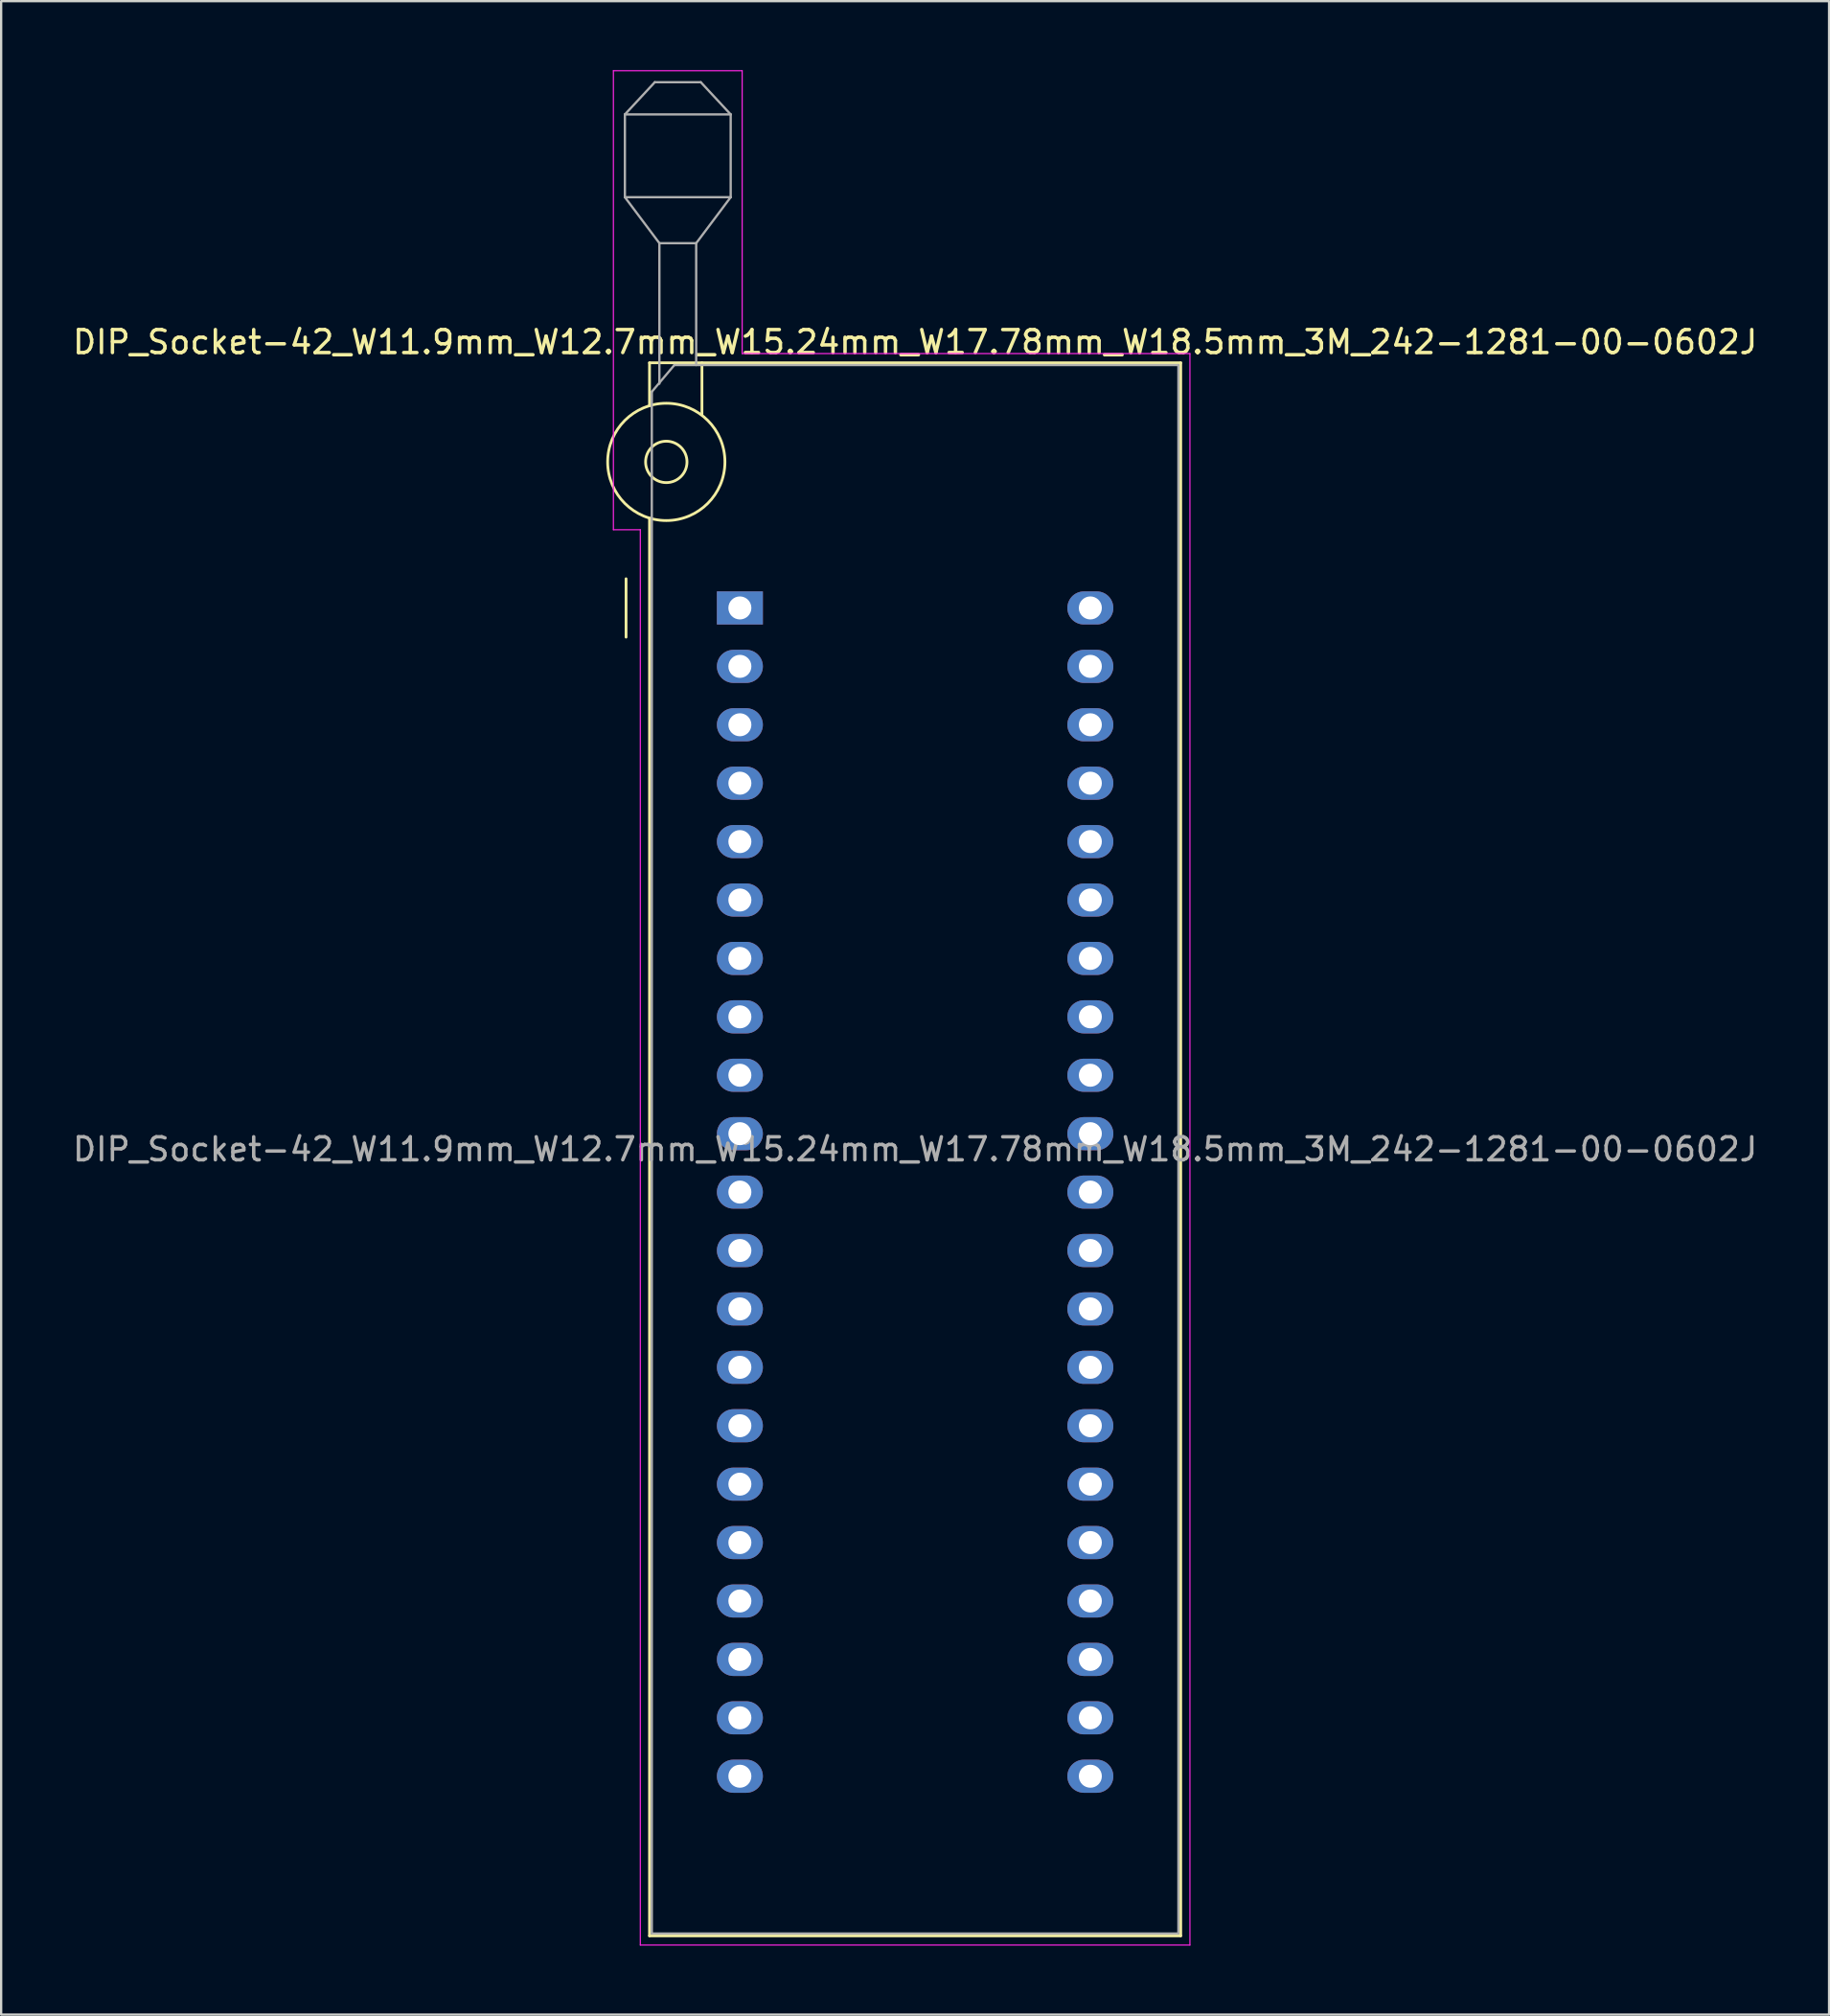
<source format=kicad_pcb>
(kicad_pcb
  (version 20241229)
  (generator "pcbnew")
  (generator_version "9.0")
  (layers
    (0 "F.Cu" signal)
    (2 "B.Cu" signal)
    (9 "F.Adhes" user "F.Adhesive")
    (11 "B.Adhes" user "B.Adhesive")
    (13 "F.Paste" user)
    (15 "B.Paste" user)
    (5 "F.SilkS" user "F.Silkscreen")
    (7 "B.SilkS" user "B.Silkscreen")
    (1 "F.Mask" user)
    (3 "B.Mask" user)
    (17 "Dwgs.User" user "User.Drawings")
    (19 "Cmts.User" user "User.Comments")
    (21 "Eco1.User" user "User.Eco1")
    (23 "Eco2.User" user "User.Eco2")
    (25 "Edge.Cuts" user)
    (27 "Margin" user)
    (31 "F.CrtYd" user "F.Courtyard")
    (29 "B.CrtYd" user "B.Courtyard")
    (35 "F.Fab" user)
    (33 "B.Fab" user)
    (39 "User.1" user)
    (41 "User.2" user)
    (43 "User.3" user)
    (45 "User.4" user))
  (footprint "DIP_Socket-42_W11.9mm_W12.7mm_W15.24mm_W17.78mm_W18.5mm_3M_242-1281-00-0602J"
    (layer "F.Cu")
    (at 29.124 23.385)
    (property "Reference" "DIP_Socket-42_W11.9mm_W12.7mm_W15.24mm_W17.78mm_W18.5mm_3M_242-1281-00-0602J" (at 7.62 -11.56 0) (layer "F.SilkS") (effects (font (size 1 1) (thickness 0.15))))
    (attr through_hole)
    (fp_line (start -4.95 1.27) (end -4.95 -1.27) (stroke (width 0.12) (type solid)) (layer "F.SilkS"))
    (fp_line (start -3.93 -10.66) (end -3.93 -8.8) (stroke (width 0.12) (type solid)) (layer "F.SilkS"))
    (fp_line (start -3.93 -3.9) (end -3.93 57.74) (stroke (width 0.12) (type solid)) (layer "F.SilkS"))
    (fp_line (start -3.93 57.74) (end 19.17 57.74) (stroke (width 0.12) (type solid)) (layer "F.SilkS"))
    (fp_line (start -1.65 -10.66) (end -1.65 -8.4) (stroke (width 0.12) (type solid)) (layer "F.SilkS"))
    (fp_line (start 19.17 -10.66) (end -3.93 -10.66) (stroke (width 0.12) (type solid)) (layer "F.SilkS"))
    (fp_line (start 19.17 57.74) (end 19.17 -10.66) (stroke (width 0.12) (type solid)) (layer "F.SilkS"))
    (fp_circle (center -3.2 -6.35) (end -2.3 -6.35) (stroke (width 0.12) (type solid)) (fill no) (layer "F.SilkS"))
    (fp_circle (center -3.2 -6.35) (end -0.65 -6.35) (stroke (width 0.12) (type solid)) (fill no) (layer "F.SilkS"))
    (fp_line (start -5.5 -23.36) (end 0.1 -23.36) (stroke (width 0.05) (type solid)) (layer "F.CrtYd"))
    (fp_line (start -5.5 -3.4) (end -5.5 -23.36) (stroke (width 0.05) (type solid)) (layer "F.CrtYd"))
    (fp_line (start -4.33 -3.4) (end -5.5 -3.4) (stroke (width 0.05) (type solid)) (layer "F.CrtYd"))
    (fp_line (start -4.33 58.14) (end -4.33 -3.4) (stroke (width 0.05) (type solid)) (layer "F.CrtYd"))
    (fp_line (start 0.1 -23.36) (end 0.1 -11.06) (stroke (width 0.05) (type solid)) (layer "F.CrtYd"))
    (fp_line (start 0.1 -11.06) (end 19.57 -11.06) (stroke (width 0.05) (type solid)) (layer "F.CrtYd"))
    (fp_line (start 19.57 -11.06) (end 19.57 58.14) (stroke (width 0.05) (type solid)) (layer "F.CrtYd"))
    (fp_line (start 19.57 58.14) (end -4.33 58.14) (stroke (width 0.05) (type solid)) (layer "F.CrtYd"))
    (fp_line (start -5 -21.46) (end -5 -17.86) (stroke (width 0.1) (type solid)) (layer "F.Fab"))
    (fp_line (start -5 -21.46) (end -3.7 -22.86) (stroke (width 0.1) (type solid)) (layer "F.Fab"))
    (fp_line (start -5 -17.86) (end -3.5 -15.86) (stroke (width 0.1) (type solid)) (layer "F.Fab"))
    (fp_line (start -5 -17.86) (end -0.4 -17.86) (stroke (width 0.1) (type solid)) (layer "F.Fab"))
    (fp_line (start -3.83 -9.4) (end -2.85 -10.56) (stroke (width 0.1) (type solid)) (layer "F.Fab"))
    (fp_line (start -3.83 57.64) (end -3.83 -9.4) (stroke (width 0.1) (type solid)) (layer "F.Fab"))
    (fp_line (start -3.7 -22.86) (end -1.7 -22.86) (stroke (width 0.1) (type solid)) (layer "F.Fab"))
    (fp_line (start -3.5 -15.86) (end -1.9 -15.86) (stroke (width 0.1) (type solid)) (layer "F.Fab"))
    (fp_line (start -3.5 -9.75) (end -3.5 -15.86) (stroke (width 0.1) (type solid)) (layer "F.Fab"))
    (fp_line (start -2.85 -10.56) (end 19.07 -10.56) (stroke (width 0.1) (type solid)) (layer "F.Fab"))
    (fp_line (start -1.9 -15.86) (end -1.9 -10.56) (stroke (width 0.1) (type solid)) (layer "F.Fab"))
    (fp_line (start -1.7 -22.86) (end -0.4 -21.46) (stroke (width 0.1) (type solid)) (layer "F.Fab"))
    (fp_line (start -0.4 -21.46) (end -5 -21.46) (stroke (width 0.1) (type solid)) (layer "F.Fab"))
    (fp_line (start -0.4 -17.86) (end -1.9 -15.86) (stroke (width 0.1) (type solid)) (layer "F.Fab"))
    (fp_line (start -0.4 -17.86) (end -0.4 -21.46) (stroke (width 0.1) (type solid)) (layer "F.Fab"))
    (fp_line (start 19.07 -10.56) (end 19.07 57.64) (stroke (width 0.1) (type solid)) (layer "F.Fab"))
    (fp_line (start 19.07 57.64) (end -3.83 57.64) (stroke (width 0.1) (type solid)) (layer "F.Fab"))
    (fp_text user "${REFERENCE}" (at 7.62 23.54 0) (layer "F.Fab") (effects (font (size 1 1) (thickness 0.15))))
    (pad "1" thru_hole rect (at 0 0) (size 2 1.44) (drill 1) (layers "*.Cu" "*.Mask"))
    (pad "2" thru_hole oval (at 0 2.54) (size 2 1.44) (drill 1) (layers "*.Cu" "*.Mask"))
    (pad "3" thru_hole oval (at 0 5.08) (size 2 1.44) (drill 1) (layers "*.Cu" "*.Mask"))
    (pad "4" thru_hole oval (at 0 7.62) (size 2 1.44) (drill 1) (layers "*.Cu" "*.Mask"))
    (pad "5" thru_hole oval (at 0 10.16) (size 2 1.44) (drill 1) (layers "*.Cu" "*.Mask"))
    (pad "6" thru_hole oval (at 0 12.7) (size 2 1.44) (drill 1) (layers "*.Cu" "*.Mask"))
    (pad "7" thru_hole oval (at 0 15.24) (size 2 1.44) (drill 1) (layers "*.Cu" "*.Mask"))
    (pad "8" thru_hole oval (at 0 17.78) (size 2 1.44) (drill 1) (layers "*.Cu" "*.Mask"))
    (pad "9" thru_hole oval (at 0 20.32) (size 2 1.44) (drill 1) (layers "*.Cu" "*.Mask"))
    (pad "10" thru_hole oval (at 0 22.86) (size 2 1.44) (drill 1) (layers "*.Cu" "*.Mask"))
    (pad "11" thru_hole oval (at 0 25.4) (size 2 1.44) (drill 1) (layers "*.Cu" "*.Mask"))
    (pad "12" thru_hole oval (at 0 27.94) (size 2 1.44) (drill 1) (layers "*.Cu" "*.Mask"))
    (pad "13" thru_hole oval (at 0 30.48) (size 2 1.44) (drill 1) (layers "*.Cu" "*.Mask"))
    (pad "14" thru_hole oval (at 0 33.02) (size 2 1.44) (drill 1) (layers "*.Cu" "*.Mask"))
    (pad "15" thru_hole oval (at 0 35.56) (size 2 1.44) (drill 1) (layers "*.Cu" "*.Mask"))
    (pad "16" thru_hole oval (at 0 38.1) (size 2 1.44) (drill 1) (layers "*.Cu" "*.Mask"))
    (pad "17" thru_hole oval (at 0 40.64) (size 2 1.44) (drill 1) (layers "*.Cu" "*.Mask"))
    (pad "18" thru_hole oval (at 0 43.18) (size 2 1.44) (drill 1) (layers "*.Cu" "*.Mask"))
    (pad "19" thru_hole oval (at 0 45.72) (size 2 1.44) (drill 1) (layers "*.Cu" "*.Mask"))
    (pad "20" thru_hole oval (at 0 48.26) (size 2 1.44) (drill 1) (layers "*.Cu" "*.Mask"))
    (pad "21" thru_hole oval (at 0 50.8) (size 2 1.44) (drill 1) (layers "*.Cu" "*.Mask"))
    (pad "22" thru_hole oval (at 15.24 50.8) (size 2 1.44) (drill 1) (layers "*.Cu" "*.Mask"))
    (pad "23" thru_hole oval (at 15.24 48.26) (size 2 1.44) (drill 1) (layers "*.Cu" "*.Mask"))
    (pad "24" thru_hole oval (at 15.24 45.72) (size 2 1.44) (drill 1) (layers "*.Cu" "*.Mask"))
    (pad "25" thru_hole oval (at 15.24 43.18) (size 2 1.44) (drill 1) (layers "*.Cu" "*.Mask"))
    (pad "26" thru_hole oval (at 15.24 40.64) (size 2 1.44) (drill 1) (layers "*.Cu" "*.Mask"))
    (pad "27" thru_hole oval (at 15.24 38.1) (size 2 1.44) (drill 1) (layers "*.Cu" "*.Mask"))
    (pad "28" thru_hole oval (at 15.24 35.56) (size 2 1.44) (drill 1) (layers "*.Cu" "*.Mask"))
    (pad "29" thru_hole oval (at 15.24 33.02) (size 2 1.44) (drill 1) (layers "*.Cu" "*.Mask"))
    (pad "30" thru_hole oval (at 15.24 30.48) (size 2 1.44) (drill 1) (layers "*.Cu" "*.Mask"))
    (pad "31" thru_hole oval (at 15.24 27.94) (size 2 1.44) (drill 1) (layers "*.Cu" "*.Mask"))
    (pad "32" thru_hole oval (at 15.24 25.4) (size 2 1.44) (drill 1) (layers "*.Cu" "*.Mask"))
    (pad "33" thru_hole oval (at 15.24 22.86) (size 2 1.44) (drill 1) (layers "*.Cu" "*.Mask"))
    (pad "34" thru_hole oval (at 15.24 20.32) (size 2 1.44) (drill 1) (layers "*.Cu" "*.Mask"))
    (pad "35" thru_hole oval (at 15.24 17.78) (size 2 1.44) (drill 1) (layers "*.Cu" "*.Mask"))
    (pad "36" thru_hole oval (at 15.24 15.24) (size 2 1.44) (drill 1) (layers "*.Cu" "*.Mask"))
    (pad "37" thru_hole oval (at 15.24 12.7) (size 2 1.44) (drill 1) (layers "*.Cu" "*.Mask"))
    (pad "38" thru_hole oval (at 15.24 10.16) (size 2 1.44) (drill 1) (layers "*.Cu" "*.Mask"))
    (pad "39" thru_hole oval (at 15.24 7.62) (size 2 1.44) (drill 1) (layers "*.Cu" "*.Mask"))
    (pad "40" thru_hole oval (at 15.24 5.08) (size 2 1.44) (drill 1) (layers "*.Cu" "*.Mask"))
    (pad "41" thru_hole oval (at 15.24 2.54) (size 2 1.44) (drill 1) (layers "*.Cu" "*.Mask"))
    (pad "42" thru_hole oval (at 15.24 0) (size 2 1.44) (drill 1) (layers "*.Cu" "*.Mask")))
  (gr_rect
    (start -3 -3)
    (end 76.488 84.55)
    (stroke (width 0.1) (type default))
    (fill no)
    (layer "Edge.Cuts")))
</source>
